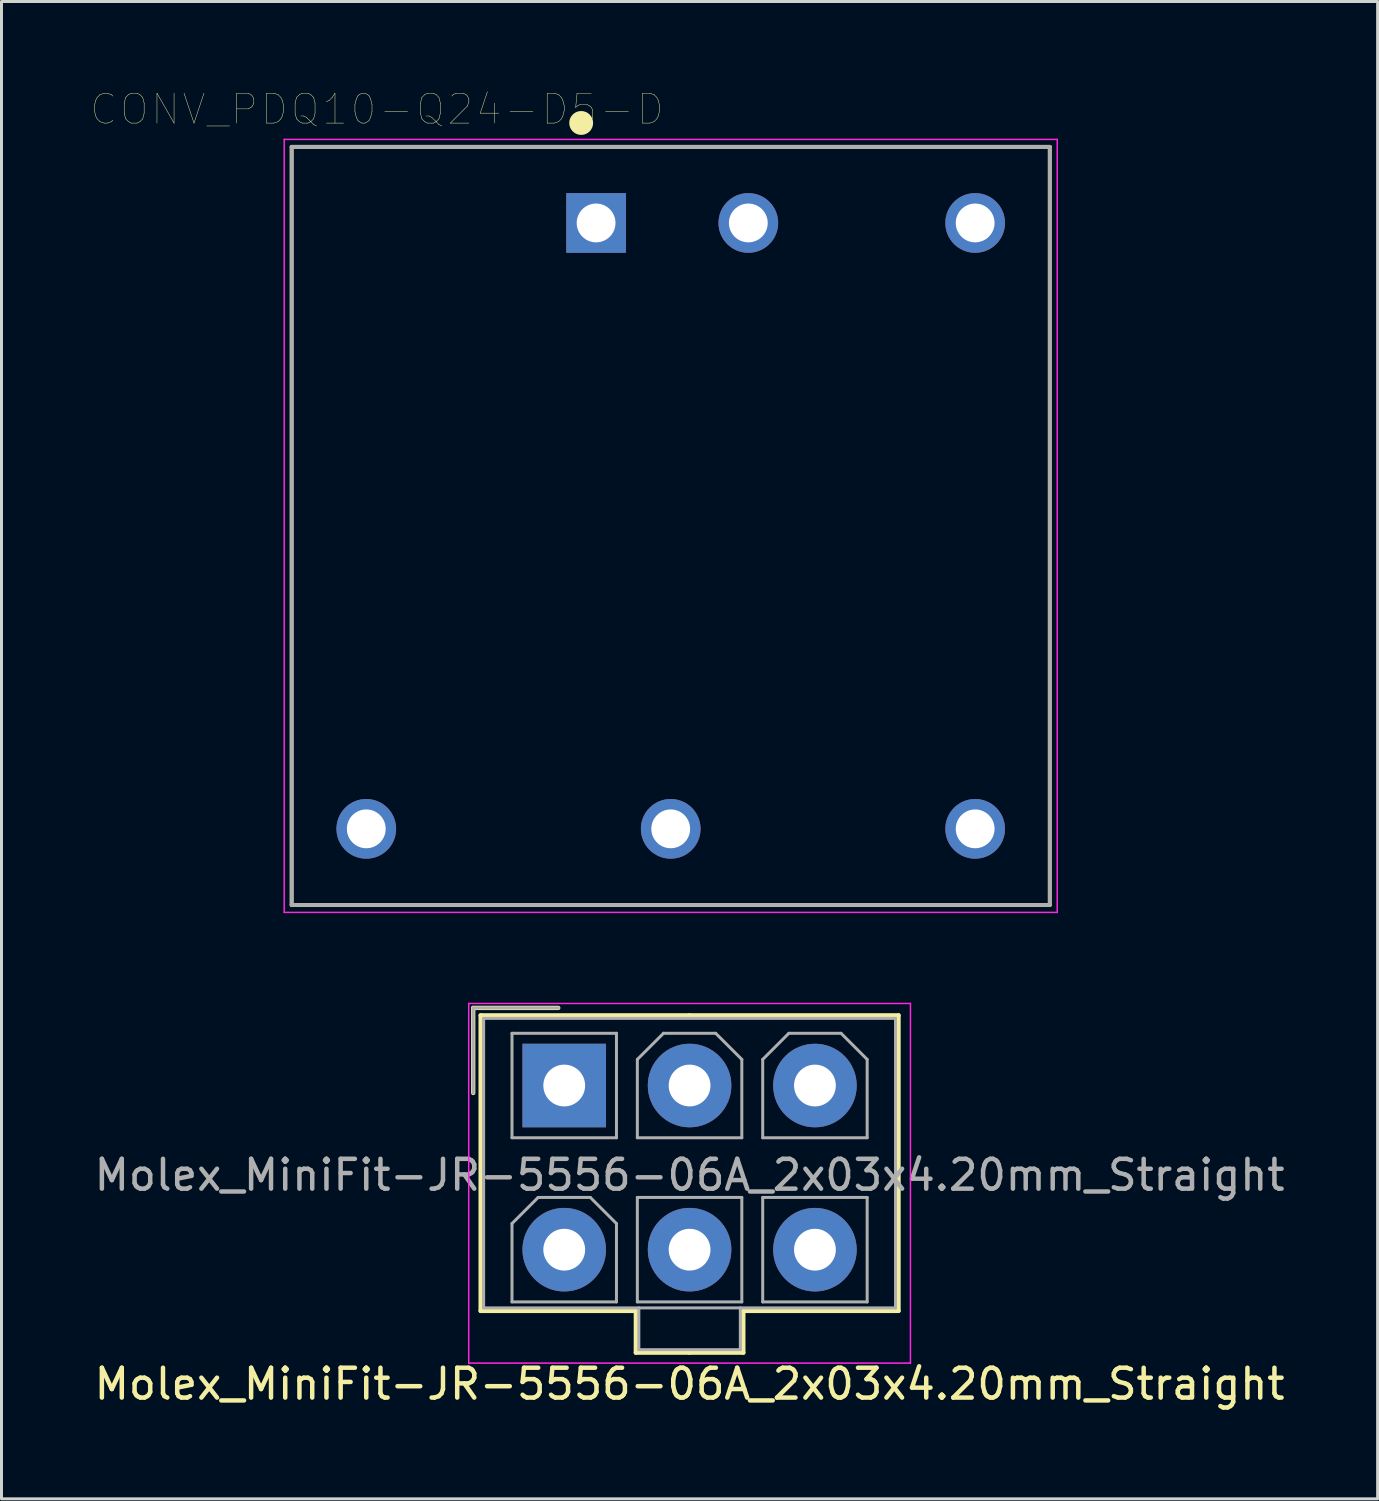
<source format=kicad_pcb>
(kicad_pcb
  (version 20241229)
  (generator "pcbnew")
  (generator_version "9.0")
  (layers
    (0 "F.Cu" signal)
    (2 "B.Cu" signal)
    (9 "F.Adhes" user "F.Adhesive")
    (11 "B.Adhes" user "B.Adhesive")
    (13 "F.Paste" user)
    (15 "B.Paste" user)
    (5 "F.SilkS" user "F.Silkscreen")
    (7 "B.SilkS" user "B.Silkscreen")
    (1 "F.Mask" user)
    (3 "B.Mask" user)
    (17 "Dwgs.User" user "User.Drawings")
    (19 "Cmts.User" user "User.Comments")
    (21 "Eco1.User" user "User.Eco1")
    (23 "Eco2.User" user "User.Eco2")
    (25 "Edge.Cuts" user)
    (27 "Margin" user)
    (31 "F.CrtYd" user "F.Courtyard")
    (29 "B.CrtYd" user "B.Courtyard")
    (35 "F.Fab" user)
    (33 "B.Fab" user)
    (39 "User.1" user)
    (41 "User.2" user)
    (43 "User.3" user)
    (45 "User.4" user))
  (footprint "Molex_MiniFit-JR-5556-06A_2x03x4.20mm_Straight"
    (layer "F.Cu")
    (at 15.854 33.32)
    (property "Reference" "Molex_MiniFit-JR-5556-06A_2x03x4.20mm_Straight" (at 4.2 10 0) (layer "F.SilkS") (effects (font (size 1 1) (thickness 0.15))))
    (attr through_hole)
    (fp_line (start -3.05 -2.6) (end -3.05 0.25) (stroke (width 0.145) (type solid)) (layer "F.SilkS"))
    (fp_line (start -2.8 -2.35) (end -2.8 7.55) (stroke (width 0.145) (type solid)) (layer "F.SilkS"))
    (fp_line (start -2.8 7.55) (end 2.4 7.55) (stroke (width 0.145) (type solid)) (layer "F.SilkS"))
    (fp_line (start -0.2 -2.6) (end -3.05 -2.6) (stroke (width 0.145) (type solid)) (layer "F.SilkS"))
    (fp_line (start 2.4 7.55) (end 2.4 8.95) (stroke (width 0.145) (type solid)) (layer "F.SilkS"))
    (fp_line (start 2.4 8.95) (end 4.2 8.95) (stroke (width 0.145) (type solid)) (layer "F.SilkS"))
    (fp_line (start 4.2 -2.35) (end -2.8 -2.35) (stroke (width 0.145) (type solid)) (layer "F.SilkS"))
    (fp_line (start 4.2 -2.35) (end 11.2 -2.35) (stroke (width 0.145) (type solid)) (layer "F.SilkS"))
    (fp_line (start 6 7.55) (end 6 8.95) (stroke (width 0.145) (type solid)) (layer "F.SilkS"))
    (fp_line (start 6 8.95) (end 4.2 8.95) (stroke (width 0.145) (type solid)) (layer "F.SilkS"))
    (fp_line (start 11.2 -2.35) (end 11.2 7.55) (stroke (width 0.145) (type solid)) (layer "F.SilkS"))
    (fp_line (start 11.2 7.55) (end 6 7.55) (stroke (width 0.145) (type solid)) (layer "F.SilkS"))
    (fp_line (start -3.2 -2.75) (end -3.2 9.3) (stroke (width 0.05) (type solid)) (layer "F.CrtYd"))
    (fp_line (start -3.2 9.3) (end 11.6 9.3) (stroke (width 0.05) (type solid)) (layer "F.CrtYd"))
    (fp_line (start 11.6 -2.75) (end -3.2 -2.75) (stroke (width 0.05) (type solid)) (layer "F.CrtYd"))
    (fp_line (start 11.6 9.3) (end 11.6 -2.75) (stroke (width 0.05) (type solid)) (layer "F.CrtYd"))
    (fp_line (start -3.05 -2.6) (end -3.05 0.25) (stroke (width 0.1) (type solid)) (layer "F.Fab"))
    (fp_line (start -2.7 -2.25) (end -2.7 7.45) (stroke (width 0.1) (type solid)) (layer "F.Fab"))
    (fp_line (start -2.7 7.45) (end 11.1 7.45) (stroke (width 0.1) (type solid)) (layer "F.Fab"))
    (fp_line (start -1.75 -1.75) (end -1.75 1.75) (stroke (width 0.1) (type solid)) (layer "F.Fab"))
    (fp_line (start -1.75 1.75) (end 1.75 1.75) (stroke (width 0.1) (type solid)) (layer "F.Fab"))
    (fp_line (start -1.75 4.625) (end -0.875 3.75) (stroke (width 0.1) (type solid)) (layer "F.Fab"))
    (fp_line (start -1.75 7.25) (end -1.75 4.625) (stroke (width 0.1) (type solid)) (layer "F.Fab"))
    (fp_line (start -0.875 3.75) (end 0.875 3.75) (stroke (width 0.1) (type solid)) (layer "F.Fab"))
    (fp_line (start -0.2 -2.6) (end -3.05 -2.6) (stroke (width 0.1) (type solid)) (layer "F.Fab"))
    (fp_line (start 0.875 3.75) (end 1.75 4.625) (stroke (width 0.1) (type solid)) (layer "F.Fab"))
    (fp_line (start 1.75 -1.75) (end -1.75 -1.75) (stroke (width 0.1) (type solid)) (layer "F.Fab"))
    (fp_line (start 1.75 1.75) (end 1.75 -1.75) (stroke (width 0.1) (type solid)) (layer "F.Fab"))
    (fp_line (start 1.75 4.625) (end 1.75 7.25) (stroke (width 0.1) (type solid)) (layer "F.Fab"))
    (fp_line (start 1.75 7.25) (end -1.75 7.25) (stroke (width 0.1) (type solid)) (layer "F.Fab"))
    (fp_line (start 2.45 -0.875) (end 3.325 -1.75) (stroke (width 0.1) (type solid)) (layer "F.Fab"))
    (fp_line (start 2.45 1.75) (end 2.45 -0.875) (stroke (width 0.1) (type solid)) (layer "F.Fab"))
    (fp_line (start 2.45 3.75) (end 2.45 7.25) (stroke (width 0.1) (type solid)) (layer "F.Fab"))
    (fp_line (start 2.45 7.25) (end 5.95 7.25) (stroke (width 0.1) (type solid)) (layer "F.Fab"))
    (fp_line (start 2.5 7.45) (end 2.5 8.85) (stroke (width 0.1) (type solid)) (layer "F.Fab"))
    (fp_line (start 2.5 8.85) (end 5.9 8.85) (stroke (width 0.1) (type solid)) (layer "F.Fab"))
    (fp_line (start 3.325 -1.75) (end 5.075 -1.75) (stroke (width 0.1) (type solid)) (layer "F.Fab"))
    (fp_line (start 5.075 -1.75) (end 5.95 -0.875) (stroke (width 0.1) (type solid)) (layer "F.Fab"))
    (fp_line (start 5.9 8.85) (end 5.9 7.45) (stroke (width 0.1) (type solid)) (layer "F.Fab"))
    (fp_line (start 5.95 -0.875) (end 5.95 1.75) (stroke (width 0.1) (type solid)) (layer "F.Fab"))
    (fp_line (start 5.95 1.75) (end 2.45 1.75) (stroke (width 0.1) (type solid)) (layer "F.Fab"))
    (fp_line (start 5.95 3.75) (end 2.45 3.75) (stroke (width 0.1) (type solid)) (layer "F.Fab"))
    (fp_line (start 5.95 7.25) (end 5.95 3.75) (stroke (width 0.1) (type solid)) (layer "F.Fab"))
    (fp_line (start 6.65 -0.875) (end 7.525 -1.75) (stroke (width 0.1) (type solid)) (layer "F.Fab"))
    (fp_line (start 6.65 1.75) (end 6.65 -0.875) (stroke (width 0.1) (type solid)) (layer "F.Fab"))
    (fp_line (start 6.65 3.75) (end 6.65 7.25) (stroke (width 0.1) (type solid)) (layer "F.Fab"))
    (fp_line (start 6.65 7.25) (end 10.15 7.25) (stroke (width 0.1) (type solid)) (layer "F.Fab"))
    (fp_line (start 7.525 -1.75) (end 9.275 -1.75) (stroke (width 0.1) (type solid)) (layer "F.Fab"))
    (fp_line (start 9.275 -1.75) (end 10.15 -0.875) (stroke (width 0.1) (type solid)) (layer "F.Fab"))
    (fp_line (start 10.15 -0.875) (end 10.15 1.75) (stroke (width 0.1) (type solid)) (layer "F.Fab"))
    (fp_line (start 10.15 1.75) (end 6.65 1.75) (stroke (width 0.1) (type solid)) (layer "F.Fab"))
    (fp_line (start 10.15 3.75) (end 6.65 3.75) (stroke (width 0.1) (type solid)) (layer "F.Fab"))
    (fp_line (start 10.15 7.25) (end 10.15 3.75) (stroke (width 0.1) (type solid)) (layer "F.Fab"))
    (fp_line (start 11.1 -2.25) (end -2.7 -2.25) (stroke (width 0.1) (type solid)) (layer "F.Fab"))
    (fp_line (start 11.1 7.45) (end 11.1 -2.25) (stroke (width 0.1) (type solid)) (layer "F.Fab"))
    (fp_text user "${REFERENCE}" (at 4.2 3 0) (layer "F.Fab") (effects (font (size 1 1) (thickness 0.15))))
    (pad "1" thru_hole rect (at 0 0) (size 2.8 2.8) (drill 1.4) (layers "*.Cu" "*.Mask"))
    (pad "2" thru_hole circle (at 4.2 0) (size 2.8 2.8) (drill 1.4) (layers "*.Cu" "*.Mask"))
    (pad "3" thru_hole circle (at 8.4 0) (size 2.8 2.8) (drill 1.4) (layers "*.Cu" "*.Mask"))
    (pad "4" thru_hole circle (at 0 5.5) (size 2.8 2.8) (drill 1.4) (layers "*.Cu" "*.Mask"))
    (pad "5" thru_hole circle (at 4.2 5.5) (size 2.8 2.8) (drill 1.4) (layers "*.Cu" "*.Mask"))
    (pad "6" thru_hole circle (at 8.4 5.5) (size 2.8 2.8) (drill 1.4) (layers "*.Cu" "*.Mask")))
  (footprint "CONV_PDQ10-Q24-D5-D"
    (layer "F.Cu")
    (at 19.422 14.57)
    (property "Reference" "CONV_PDQ10-Q24-D5-D" (at -9.841 -13.958 0) (layer "F.SilkS") (effects (font (size 1.002 1.002) (thickness 0.015))))
    (attr through_hole)
    (fp_line (start -12.7 -12.7) (end 12.7 -12.7) (stroke (width 0.127) (type solid)) (layer "F.SilkS"))
    (fp_line (start -12.7 12.7) (end -12.7 -12.7) (stroke (width 0.127) (type solid)) (layer "F.SilkS"))
    (fp_line (start 12.7 -12.7) (end 12.7 12.7) (stroke (width 0.127) (type solid)) (layer "F.SilkS"))
    (fp_line (start 12.7 12.7) (end -12.7 12.7) (stroke (width 0.127) (type solid)) (layer "F.SilkS"))
    (fp_circle (center -3 -13.5) (end -2.8 -13.5) (stroke (width 0.4) (type solid)) (fill no) (layer "F.SilkS"))
    (fp_line (start -12.95 -12.95) (end 12.95 -12.95) (stroke (width 0.05) (type solid)) (layer "F.CrtYd"))
    (fp_line (start -12.95 12.95) (end -12.95 -12.95) (stroke (width 0.05) (type solid)) (layer "F.CrtYd"))
    (fp_line (start 12.95 -12.95) (end 12.95 12.95) (stroke (width 0.05) (type solid)) (layer "F.CrtYd"))
    (fp_line (start 12.95 12.95) (end -12.95 12.95) (stroke (width 0.05) (type solid)) (layer "F.CrtYd"))
    (fp_line (start -12.7 -12.7) (end 12.7 -12.7) (stroke (width 0.127) (type solid)) (layer "F.Fab"))
    (fp_line (start -12.7 12.7) (end -12.7 -12.7) (stroke (width 0.127) (type solid)) (layer "F.Fab"))
    (fp_line (start 12.7 -12.7) (end 12.7 12.7) (stroke (width 0.127) (type solid)) (layer "F.Fab"))
    (fp_line (start 12.7 12.7) (end -12.7 12.7) (stroke (width 0.127) (type solid)) (layer "F.Fab"))
    (fp_circle (center -2.5 -10.25) (end -2.3 -10.25) (stroke (width 0.4) (type solid)) (fill no) (layer "F.Fab"))
    (pad "1" thru_hole rect (at -2.5 -10.15) (size 2 2) (drill 1.3) (layers "*.Cu" "*.Mask"))
    (pad "2" thru_hole circle (at 2.6 -10.15) (size 2 2) (drill 1.3) (layers "*.Cu" "*.Mask"))
    (pad "3" thru_hole circle (at -10.2 10.15) (size 2 2) (drill 1.3) (layers "*.Cu" "*.Mask"))
    (pad "4" thru_hole circle (at 0 10.15) (size 2 2) (drill 1.3) (layers "*.Cu" "*.Mask"))
    (pad "5" thru_hole circle (at 10.2 10.15) (size 2 2) (drill 1.3) (layers "*.Cu" "*.Mask"))
    (pad "6" thru_hole circle (at 10.2 -10.15) (size 2 2) (drill 1.3) (layers "*.Cu" "*.Mask")))
  (gr_rect
    (start -3 -3)
    (end 43.107 47.168)
    (stroke (width 0.1) (type default))
    (fill no)
    (layer "Edge.Cuts")))
</source>
